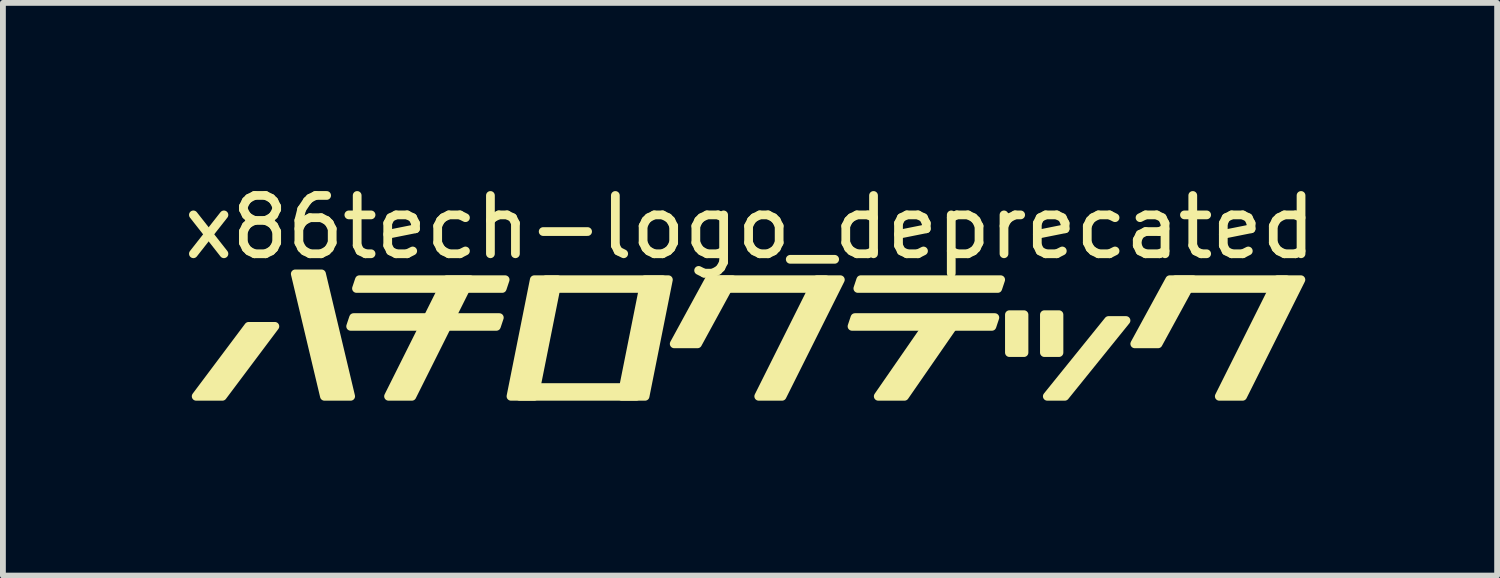
<source format=kicad_pcb>
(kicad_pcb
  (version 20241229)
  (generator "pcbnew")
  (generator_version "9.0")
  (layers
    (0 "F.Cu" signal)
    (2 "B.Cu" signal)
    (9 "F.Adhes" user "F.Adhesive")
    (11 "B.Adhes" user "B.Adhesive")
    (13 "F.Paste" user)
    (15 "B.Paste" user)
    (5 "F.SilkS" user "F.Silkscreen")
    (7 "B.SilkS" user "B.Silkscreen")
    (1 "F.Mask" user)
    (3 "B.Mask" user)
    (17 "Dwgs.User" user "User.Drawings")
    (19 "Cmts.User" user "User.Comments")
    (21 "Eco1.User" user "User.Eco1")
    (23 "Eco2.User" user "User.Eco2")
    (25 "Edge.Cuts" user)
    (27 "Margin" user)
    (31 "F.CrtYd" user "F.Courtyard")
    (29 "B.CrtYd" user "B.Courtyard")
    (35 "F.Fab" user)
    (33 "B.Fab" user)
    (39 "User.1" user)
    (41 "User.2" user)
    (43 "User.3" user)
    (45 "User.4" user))
  (footprint "x86tech-logo_deprecated"
    (layer "F.Cu")
    (at 9.815 2.748)
    (property "Reference" "x86tech-logo_deprecated" (at 0 -1.9 0) (unlocked yes) (layer "F.SilkS") (effects (font (size 1 1) (thickness 0.15))))
    (attr smd)
    (fp_poly (pts (xy -9.5 1) (xy -9.05 1) (xy -8.15 -0.2) (xy -8.6 -0.2)) (stroke (width 0.15) (type solid)) (fill yes) (layer "F.SilkS"))
    (fp_poly (pts (xy -7.3 1) (xy -6.85 1) (xy -7.35 -1.1) (xy -7.8 -1.1)) (stroke (width 0.15) (type solid)) (fill yes) (layer "F.SilkS"))
    (fp_poly (pts (xy -6.85 -0.2) (xy -4.35 -0.2) (xy -4.3 -0.35) (xy -6.8 -0.35)) (stroke (width 0.15) (type solid)) (fill yes) (layer "F.SilkS"))
    (fp_poly (pts (xy -6.75 -0.85) (xy -4.25 -0.85) (xy -4.2 -1) (xy -6.7 -1)) (stroke (width 0.15) (type solid)) (fill yes) (layer "F.SilkS"))
    (fp_poly (pts (xy -6.2 1) (xy -5.8 1) (xy -4.8 -1) (xy -5.2 -1)) (stroke (width 0.15) (type solid)) (fill yes) (layer "F.SilkS"))
    (fp_poly (pts (xy -4.1 1) (xy -3.7 1) (xy -3.3 -1) (xy -3.7 -1)) (stroke (width 0.15) (type solid)) (fill yes) (layer "F.SilkS"))
    (fp_poly (pts (xy -3.95 1) (xy -1.95 1) (xy -1.95 0.85) (xy -3.95 0.85)) (stroke (width 0.15) (type solid)) (fill yes) (layer "F.SilkS"))
    (fp_poly (pts (xy -3.5 -0.85) (xy -1.5 -0.85) (xy -1.5 -1) (xy -3.5 -1)) (stroke (width 0.15) (type solid)) (fill yes) (layer "F.SilkS"))
    (fp_poly (pts (xy -2.2 1) (xy -1.8 1) (xy -1.4 -1) (xy -1.8 -1)) (stroke (width 0.15) (type solid)) (fill yes) (layer "F.SilkS"))
    (fp_poly (pts (xy -1.3 0.1) (xy -0.9 0.1) (xy -0.3 -1) (xy -0.7 -1)) (stroke (width 0.15) (type solid)) (fill yes) (layer "F.SilkS"))
    (fp_poly (pts (xy -0.6 -0.85) (xy 1.3 -0.85) (xy 1.3 -1) (xy -0.6 -1)) (stroke (width 0.15) (type solid)) (fill yes) (layer "F.SilkS"))
    (fp_poly (pts (xy 0.15 1) (xy 0.55 1) (xy 1.55 -1) (xy 1.15 -1)) (stroke (width 0.15) (type solid)) (fill yes) (layer "F.SilkS"))
    (fp_poly (pts (xy 1.75 -0.2) (xy 4.15 -0.2) (xy 4.2 -0.35) (xy 1.8 -0.35)) (stroke (width 0.15) (type solid)) (fill yes) (layer "F.SilkS"))
    (fp_poly (pts (xy 1.85 -0.85) (xy 4.25 -0.85) (xy 4.3 -1) (xy 1.9 -1)) (stroke (width 0.15) (type solid)) (fill yes) (layer "F.SilkS"))
    (fp_poly (pts (xy 2.2 1) (xy 2.65 1) (xy 3.55 -0.3) (xy 3.1 -0.3)) (stroke (width 0.15) (type solid)) (fill yes) (layer "F.SilkS"))
    (fp_poly (pts (xy 4.45 0.25) (xy 4.7 0.25) (xy 4.7 -0.4) (xy 4.45 -0.4)) (stroke (width 0.15) (type solid)) (fill yes) (layer "F.SilkS"))
    (fp_poly (pts (xy 5.05 0.25) (xy 5.3 0.25) (xy 5.3 -0.4) (xy 5.05 -0.4)) (stroke (width 0.15) (type solid)) (fill yes) (layer "F.SilkS"))
    (fp_poly (pts (xy 5.1 1) (xy 5.4 1) (xy 6.45 -0.3) (xy 6.15 -0.3)) (stroke (width 0.15) (type solid)) (fill yes) (layer "F.SilkS"))
    (fp_poly (pts (xy 6.6 0.1) (xy 7 0.1) (xy 7.6 -1) (xy 7.2 -1)) (stroke (width 0.15) (type solid)) (fill yes) (layer "F.SilkS"))
    (fp_poly (pts (xy 7.3 -0.85) (xy 9.2 -0.85) (xy 9.2 -1) (xy 7.3 -1)) (stroke (width 0.15) (type solid)) (fill yes) (layer "F.SilkS"))
    (fp_poly (pts (xy 8.05 1) (xy 8.45 1) (xy 9.45 -1) (xy 9.05 -1)) (stroke (width 0.15) (type solid)) (fill yes) (layer "F.SilkS")))
  (gr_rect
    (start -3 -3)
    (end 22.631 6.823)
    (stroke (width 0.1) (type default))
    (fill no)
    (layer "Edge.Cuts")))
</source>
